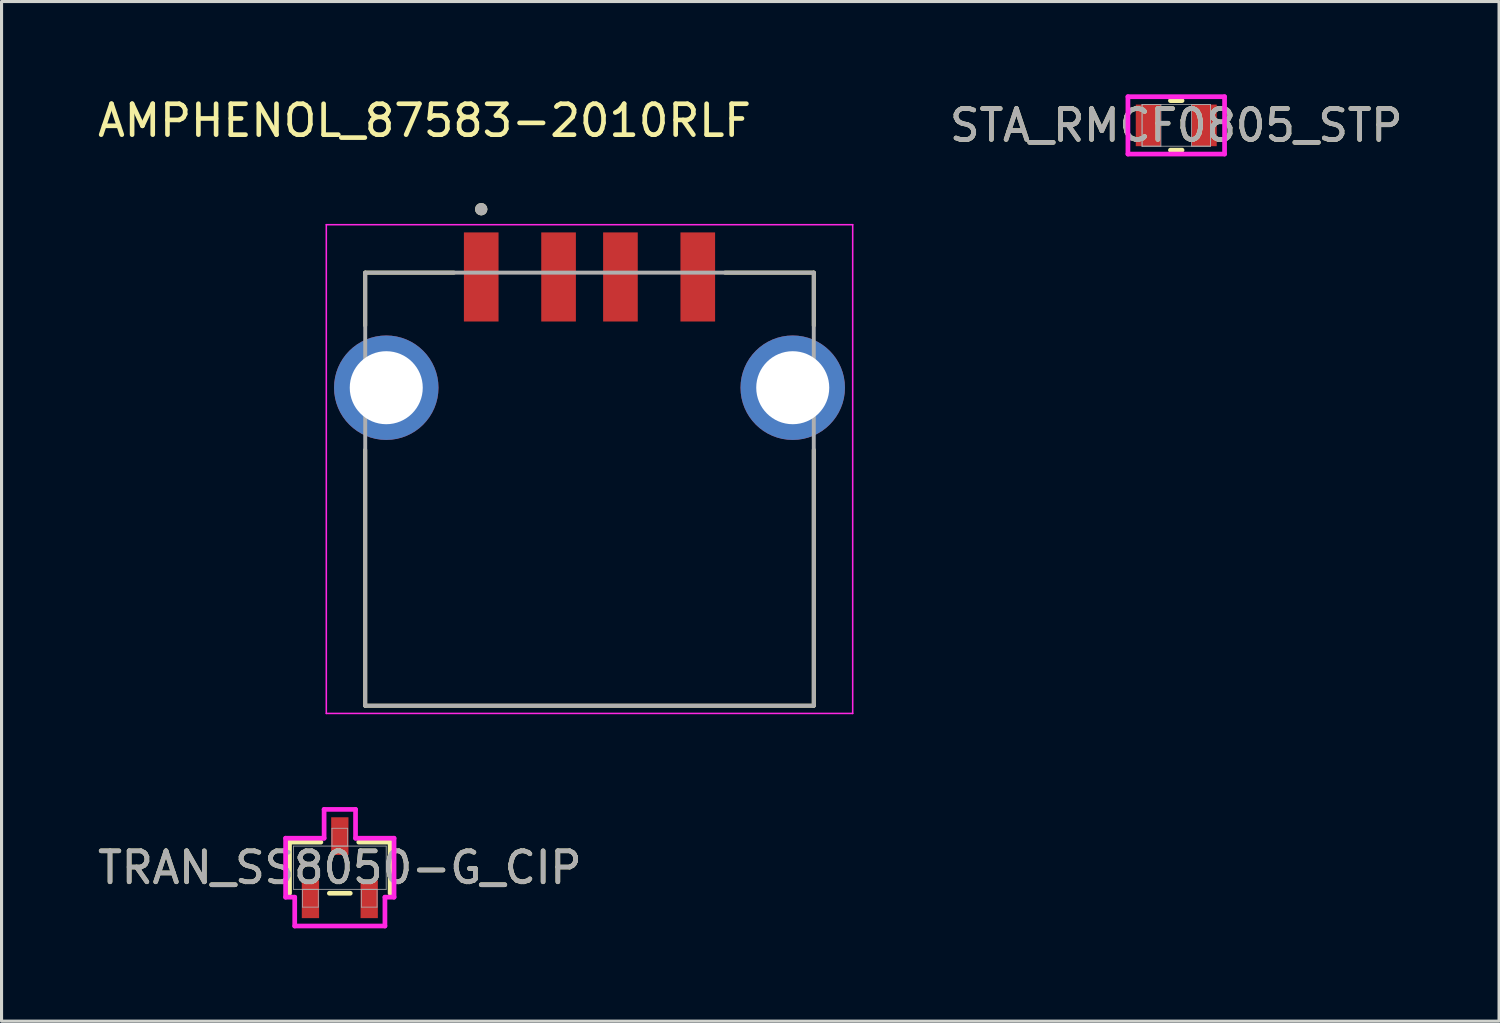
<source format=kicad_pcb>
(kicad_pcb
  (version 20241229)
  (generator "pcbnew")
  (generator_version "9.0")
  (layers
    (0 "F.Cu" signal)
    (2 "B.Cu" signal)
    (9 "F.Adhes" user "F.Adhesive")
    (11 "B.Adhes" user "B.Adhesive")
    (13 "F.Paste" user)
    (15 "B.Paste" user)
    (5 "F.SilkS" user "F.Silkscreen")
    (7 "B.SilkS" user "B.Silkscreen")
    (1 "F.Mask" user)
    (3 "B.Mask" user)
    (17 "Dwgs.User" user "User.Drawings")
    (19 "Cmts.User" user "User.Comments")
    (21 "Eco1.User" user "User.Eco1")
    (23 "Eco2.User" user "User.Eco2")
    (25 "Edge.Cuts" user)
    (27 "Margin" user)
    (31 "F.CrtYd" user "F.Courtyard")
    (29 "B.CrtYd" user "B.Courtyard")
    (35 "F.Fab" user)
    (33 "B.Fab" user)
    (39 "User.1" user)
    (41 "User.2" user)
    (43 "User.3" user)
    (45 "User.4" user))
  (footprint "AMPHENOL_87583-2010RLF"
    (layer "F.Cu")
    (at 16.006 9.483)
    (property "Reference" "AMPHENOL_87583-2010RLF" (at -5.333 -8.635 0) (layer "F.SilkS") (effects (font (size 1 1) (thickness 0.15))))
    (attr smd)
    (fp_line (start -7.25 -3.72) (end -7.25 -2.008) (stroke (width 0.127) (type solid)) (layer "F.SilkS"))
    (fp_line (start -7.25 -3.72) (end -4.38 -3.72) (stroke (width 0.127) (type solid)) (layer "F.SilkS"))
    (fp_line (start -7.25 10.28) (end -7.25 2.008) (stroke (width 0.127) (type solid)) (layer "F.SilkS"))
    (fp_line (start -7.25 10.28) (end 7.25 10.28) (stroke (width 0.127) (type solid)) (layer "F.SilkS"))
    (fp_line (start 4.38 -3.72) (end 7.25 -3.72) (stroke (width 0.127) (type solid)) (layer "F.SilkS"))
    (fp_line (start 7.25 -3.72) (end 7.25 -2.008) (stroke (width 0.127) (type solid)) (layer "F.SilkS"))
    (fp_line (start 7.25 10.28) (end 7.25 2.008) (stroke (width 0.127) (type solid)) (layer "F.SilkS"))
    (fp_circle (center -3.5 -5.77) (end -3.4 -5.77) (stroke (width 0.2) (type solid)) (fill no) (layer "F.SilkS"))
    (fp_line (start -8.508 -5.27) (end -8.508 10.53) (stroke (width 0.05) (type solid)) (layer "F.CrtYd"))
    (fp_line (start -8.508 10.53) (end 8.508 10.53) (stroke (width 0.05) (type solid)) (layer "F.CrtYd"))
    (fp_line (start 8.508 -5.27) (end -8.508 -5.27) (stroke (width 0.05) (type solid)) (layer "F.CrtYd"))
    (fp_line (start 8.508 10.53) (end 8.508 -5.27) (stroke (width 0.05) (type solid)) (layer "F.CrtYd"))
    (fp_line (start -7.25 -3.72) (end -7.25 10.28) (stroke (width 0.127) (type solid)) (layer "F.Fab"))
    (fp_line (start -7.25 -3.72) (end 7.25 -3.72) (stroke (width 0.127) (type solid)) (layer "F.Fab"))
    (fp_line (start -7.25 10.28) (end 7.25 10.28) (stroke (width 0.127) (type solid)) (layer "F.Fab"))
    (fp_line (start 7.25 -3.72) (end 7.25 10.28) (stroke (width 0.127) (type solid)) (layer "F.Fab"))
    (fp_circle (center -3.5 -5.77) (end -3.4 -5.77) (stroke (width 0.2) (type solid)) (fill no) (layer "F.Fab"))
    (pad "01" smd rect (at -3.5 -3.58) (size 1.12 2.88) (layers "F.Cu" "F.Mask" "F.Paste"))
    (pad "02" smd rect (at -1 -3.58) (size 1.12 2.88) (layers "F.Cu" "F.Mask" "F.Paste"))
    (pad "03" smd rect (at 1 -3.58) (size 1.12 2.88) (layers "F.Cu" "F.Mask" "F.Paste"))
    (pad "04" smd rect (at 3.5 -3.58) (size 1.12 2.88) (layers "F.Cu" "F.Mask" "F.Paste"))
    (pad "S1" thru_hole circle (at -6.57 0) (size 3.376 3.376) (drill 2.36) (layers "*.Cu" "*.Mask"))
    (pad "S2" thru_hole circle (at 6.57 0) (size 3.376 3.376) (drill 2.36) (layers "*.Cu" "*.Mask")))
  (footprint "STA_RMCF0805_STP"
    (layer "F.Cu")
    (at 34.973 1.003)
    (property "Reference" "STA_RMCF0805_STP" (at 0 0 0) (unlocked yes) (layer "F.SilkS") (effects (font (size 1 1) (thickness 0.15))))
    (attr smd)
    (fp_line (start -0.188 0.8) (end 0.188 0.8) (stroke (width 0.152) (type solid)) (layer "F.SilkS"))
    (fp_line (start 0.188 -0.8) (end -0.188 -0.8) (stroke (width 0.152) (type solid)) (layer "F.SilkS"))
    (fp_line (start -1.562 -0.927) (end 1.562 -0.927) (stroke (width 0.152) (type solid)) (layer "F.CrtYd"))
    (fp_line (start -1.562 0.927) (end -1.562 -0.927) (stroke (width 0.152) (type solid)) (layer "F.CrtYd"))
    (fp_line (start 1.562 -0.927) (end 1.562 0.927) (stroke (width 0.152) (type solid)) (layer "F.CrtYd"))
    (fp_line (start 1.562 0.927) (end -1.562 0.927) (stroke (width 0.152) (type solid)) (layer "F.CrtYd"))
    (fp_line (start -1.105 -0.673) (end -1.105 0.673) (stroke (width 0.025) (type solid)) (layer "F.Fab"))
    (fp_line (start -1.105 -0.673) (end -1.105 0.673) (stroke (width 0.025) (type solid)) (layer "F.Fab"))
    (fp_line (start -1.105 0.673) (end -0.495 0.673) (stroke (width 0.025) (type solid)) (layer "F.Fab"))
    (fp_line (start -1.105 0.673) (end 1.105 0.673) (stroke (width 0.025) (type solid)) (layer "F.Fab"))
    (fp_line (start -0.495 -0.673) (end -1.105 -0.673) (stroke (width 0.025) (type solid)) (layer "F.Fab"))
    (fp_line (start -0.495 0.673) (end -0.495 -0.673) (stroke (width 0.025) (type solid)) (layer "F.Fab"))
    (fp_line (start 0.495 -0.673) (end 0.495 0.673) (stroke (width 0.025) (type solid)) (layer "F.Fab"))
    (fp_line (start 0.495 0.673) (end 1.105 0.673) (stroke (width 0.025) (type solid)) (layer "F.Fab"))
    (fp_line (start 1.105 -0.673) (end -1.105 -0.673) (stroke (width 0.025) (type solid)) (layer "F.Fab"))
    (fp_line (start 1.105 -0.673) (end 0.495 -0.673) (stroke (width 0.025) (type solid)) (layer "F.Fab"))
    (fp_line (start 1.105 0.673) (end 1.105 -0.673) (stroke (width 0.025) (type solid)) (layer "F.Fab"))
    (fp_line (start 1.105 0.673) (end 1.105 -0.673) (stroke (width 0.025) (type solid)) (layer "F.Fab"))
    (fp_text user "${REFERENCE}" (at 0 0 0) (unlocked yes) (layer "F.Fab") (effects (font (size 1 1) (thickness 0.15))))
    (pad "1" smd rect (at -0.902 0) (size 0.813 1.346) (layers "F.Cu" "F.Mask" "F.Paste"))
    (pad "2" smd rect (at 0.902 0) (size 0.813 1.346) (layers "F.Cu" "F.Mask" "F.Paste"))
    (zone (net_name "") (layer "F.Cu") (hatch full 0.508) (connect_pads) (min_thickness 0.254) (filled_areas_thickness no) (keepout (tracks not_allowed) (vias not_allowed) (pads allowed) (copperpour not_allowed) (footprints allowed)) (placement (enabled no)) (fill) (polygon (pts (xy 34.529 0.381) (xy 35.418 0.381) (xy 35.418 1.626) (xy 34.529 1.626)))))
  (footprint "TRAN_SS8050-G_CIP"
    (layer "F.Cu")
    (at 7.935 24.999)
    (property "Reference" "TRAN_SS8050-G_CIP" (at 0 0 0) (unlocked yes) (layer "F.SilkS") (effects (font (size 1 1) (thickness 0.15))))
    (attr smd)
    (fp_line (start -1.626 -0.826) (end -1.626 0.826) (stroke (width 0.152) (type solid)) (layer "F.SilkS"))
    (fp_line (start -0.612 -0.826) (end -1.626 -0.826) (stroke (width 0.152) (type solid)) (layer "F.SilkS"))
    (fp_line (start -0.338 0.826) (end 0.338 0.826) (stroke (width 0.152) (type solid)) (layer "F.SilkS"))
    (fp_line (start 1.626 -0.826) (end 0.612 -0.826) (stroke (width 0.152) (type solid)) (layer "F.SilkS"))
    (fp_line (start 1.626 0.826) (end 1.626 -0.826) (stroke (width 0.152) (type solid)) (layer "F.SilkS"))
    (fp_line (start -1.753 -0.953) (end -0.508 -0.953) (stroke (width 0.152) (type solid)) (layer "F.CrtYd"))
    (fp_line (start -1.753 0.953) (end -1.753 -0.953) (stroke (width 0.152) (type solid)) (layer "F.CrtYd"))
    (fp_line (start -1.753 0.953) (end -1.458 0.953) (stroke (width 0.152) (type solid)) (layer "F.CrtYd"))
    (fp_line (start -1.458 0.953) (end -1.458 1.885) (stroke (width 0.152) (type solid)) (layer "F.CrtYd"))
    (fp_line (start -1.458 1.885) (end 1.458 1.885) (stroke (width 0.152) (type solid)) (layer "F.CrtYd"))
    (fp_line (start -0.508 -1.885) (end 0.508 -1.885) (stroke (width 0.152) (type solid)) (layer "F.CrtYd"))
    (fp_line (start -0.508 -0.953) (end -0.508 -1.885) (stroke (width 0.152) (type solid)) (layer "F.CrtYd"))
    (fp_line (start 0.508 -0.953) (end 0.508 -1.885) (stroke (width 0.152) (type solid)) (layer "F.CrtYd"))
    (fp_line (start 1.458 0.953) (end 1.458 1.885) (stroke (width 0.152) (type solid)) (layer "F.CrtYd"))
    (fp_line (start 1.753 -0.953) (end 0.508 -0.953) (stroke (width 0.152) (type solid)) (layer "F.CrtYd"))
    (fp_line (start 1.753 -0.953) (end 1.753 0.953) (stroke (width 0.152) (type solid)) (layer "F.CrtYd"))
    (fp_line (start 1.753 0.953) (end 1.458 0.953) (stroke (width 0.152) (type solid)) (layer "F.CrtYd"))
    (fp_line (start -1.499 -0.699) (end -1.499 0.699) (stroke (width 0.025) (type solid)) (layer "F.Fab"))
    (fp_line (start -1.499 0.699) (end 1.499 0.699) (stroke (width 0.025) (type solid)) (layer "F.Fab"))
    (fp_line (start -1.204 0.699) (end -1.204 1.275) (stroke (width 0.025) (type solid)) (layer "F.Fab"))
    (fp_line (start -1.204 1.275) (end -0.696 1.275) (stroke (width 0.025) (type solid)) (layer "F.Fab"))
    (fp_line (start -0.696 0.699) (end -1.204 0.699) (stroke (width 0.025) (type solid)) (layer "F.Fab"))
    (fp_line (start -0.696 1.275) (end -0.696 0.699) (stroke (width 0.025) (type solid)) (layer "F.Fab"))
    (fp_line (start -0.254 -1.275) (end -0.254 -0.699) (stroke (width 0.025) (type solid)) (layer "F.Fab"))
    (fp_line (start -0.254 -0.699) (end 0.254 -0.699) (stroke (width 0.025) (type solid)) (layer "F.Fab"))
    (fp_line (start 0.254 -1.275) (end -0.254 -1.275) (stroke (width 0.025) (type solid)) (layer "F.Fab"))
    (fp_line (start 0.254 -0.699) (end 0.254 -1.275) (stroke (width 0.025) (type solid)) (layer "F.Fab"))
    (fp_line (start 0.696 0.699) (end 0.696 1.275) (stroke (width 0.025) (type solid)) (layer "F.Fab"))
    (fp_line (start 0.696 1.275) (end 1.204 1.275) (stroke (width 0.025) (type solid)) (layer "F.Fab"))
    (fp_line (start 1.204 0.699) (end 0.696 0.699) (stroke (width 0.025) (type solid)) (layer "F.Fab"))
    (fp_line (start 1.204 1.275) (end 1.204 0.699) (stroke (width 0.025) (type solid)) (layer "F.Fab"))
    (fp_line (start 1.499 -0.699) (end -1.499 -0.699) (stroke (width 0.025) (type solid)) (layer "F.Fab"))
    (fp_line (start 1.499 0.699) (end 1.499 -0.699) (stroke (width 0.025) (type solid)) (layer "F.Fab"))
    (fp_circle (center -0.95 0.445) (end -0.95 0.445) (stroke (width 0.025) (type solid)) (fill no) (layer "F.Fab"))
    (fp_text user "${REFERENCE}" (at 0 0 0) (unlocked yes) (layer "F.Fab") (effects (font (size 1 1) (thickness 0.15))))
    (pad "1" smd rect (at -0.95 1.021) (size 0.559 1.219) (layers "F.Cu" "F.Mask" "F.Paste"))
    (pad "2" smd rect (at 0.95 1.021) (size 0.559 1.219) (layers "F.Cu" "F.Mask" "F.Paste"))
    (pad "3" smd rect (at 0 -1.021) (size 0.559 1.219) (layers "F.Cu" "F.Mask" "F.Paste")))
  (gr_rect
    (start -3 -3)
    (end 45.408 29.96)
    (stroke (width 0.1) (type default))
    (fill no)
    (layer "Edge.Cuts")))
</source>
